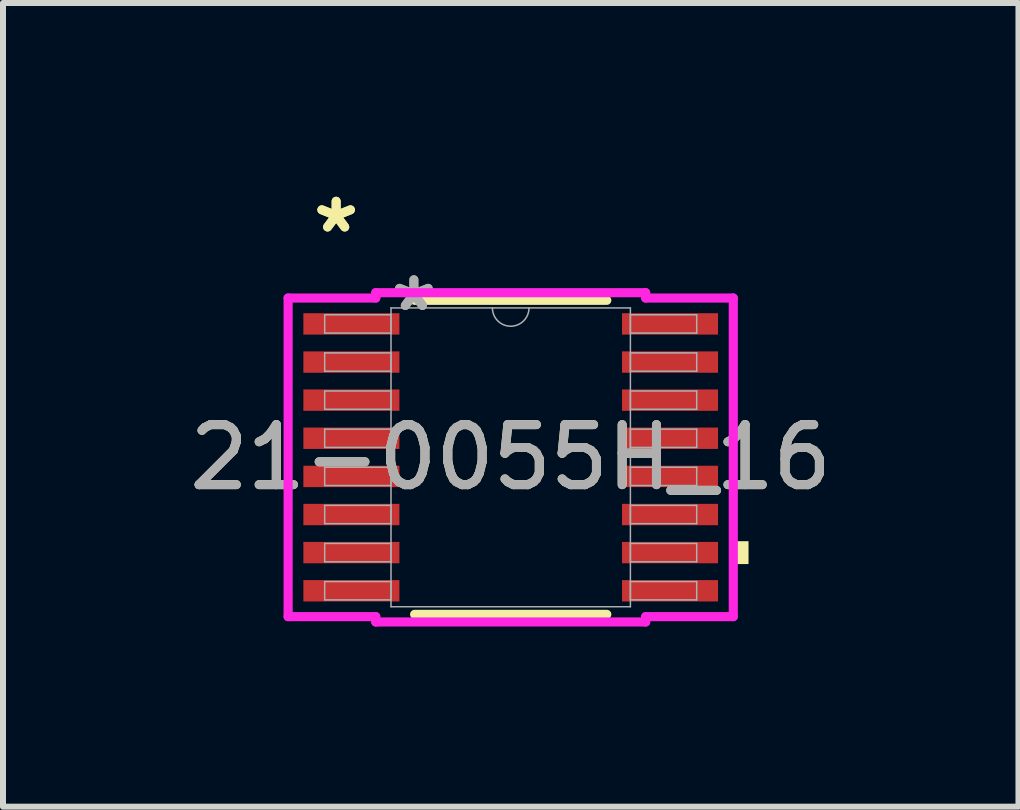
<source format=kicad_pcb>
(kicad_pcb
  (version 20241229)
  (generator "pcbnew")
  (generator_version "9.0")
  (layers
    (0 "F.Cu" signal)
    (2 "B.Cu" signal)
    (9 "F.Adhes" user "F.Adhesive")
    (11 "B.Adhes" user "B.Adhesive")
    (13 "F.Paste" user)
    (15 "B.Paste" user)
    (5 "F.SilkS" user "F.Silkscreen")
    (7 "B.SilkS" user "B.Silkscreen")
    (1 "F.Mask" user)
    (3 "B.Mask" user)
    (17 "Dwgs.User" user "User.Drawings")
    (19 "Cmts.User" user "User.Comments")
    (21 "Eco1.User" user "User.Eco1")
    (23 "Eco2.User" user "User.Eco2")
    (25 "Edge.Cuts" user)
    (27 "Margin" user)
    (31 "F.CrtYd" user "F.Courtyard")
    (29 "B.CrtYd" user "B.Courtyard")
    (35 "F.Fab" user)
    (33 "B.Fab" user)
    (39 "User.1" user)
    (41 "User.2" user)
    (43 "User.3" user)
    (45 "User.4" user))
  (footprint "21-0055H_16"
    (layer "F.Cu")
    (at 5.458 4.569)
    (property "Reference" "21-0055H_16" (at 0 0 0) (unlocked yes) (layer "F.SilkS") (effects (font (size 1 1) (thickness 0.15))))
    (attr smd)
    (fp_line (start -1.601 2.616) (end 1.601 2.616) (stroke (width 0.152) (type solid)) (layer "F.SilkS"))
    (fp_line (start 1.601 -2.616) (end -1.601 -2.616) (stroke (width 0.152) (type solid)) (layer "F.SilkS"))
    (fp_poly (pts (xy 3.962 1.397) (xy 3.962 1.778) (xy 3.708 1.778) (xy 3.708 1.397)) (stroke (width 0) (type solid)) (fill yes) (layer "F.SilkS"))
    (fp_line (start -3.708 -2.654) (end -2.248 -2.654) (stroke (width 0.152) (type solid)) (layer "F.CrtYd"))
    (fp_line (start -3.708 2.654) (end -3.708 -2.654) (stroke (width 0.152) (type solid)) (layer "F.CrtYd"))
    (fp_line (start -3.708 2.654) (end -2.248 2.654) (stroke (width 0.152) (type solid)) (layer "F.CrtYd"))
    (fp_line (start -2.248 -2.743) (end 2.248 -2.743) (stroke (width 0.152) (type solid)) (layer "F.CrtYd"))
    (fp_line (start -2.248 -2.654) (end -2.248 -2.743) (stroke (width 0.152) (type solid)) (layer "F.CrtYd"))
    (fp_line (start -2.248 2.743) (end -2.248 2.654) (stroke (width 0.152) (type solid)) (layer "F.CrtYd"))
    (fp_line (start 2.248 -2.743) (end 2.248 -2.654) (stroke (width 0.152) (type solid)) (layer "F.CrtYd"))
    (fp_line (start 2.248 2.654) (end 2.248 2.743) (stroke (width 0.152) (type solid)) (layer "F.CrtYd"))
    (fp_line (start 2.248 2.743) (end -2.248 2.743) (stroke (width 0.152) (type solid)) (layer "F.CrtYd"))
    (fp_line (start 3.708 -2.654) (end 2.248 -2.654) (stroke (width 0.152) (type solid)) (layer "F.CrtYd"))
    (fp_line (start 3.708 -2.654) (end 3.708 2.654) (stroke (width 0.152) (type solid)) (layer "F.CrtYd"))
    (fp_line (start 3.708 2.654) (end 2.248 2.654) (stroke (width 0.152) (type solid)) (layer "F.CrtYd"))
    (fp_line (start -3.099 -2.375) (end -3.099 -2.07) (stroke (width 0.025) (type solid)) (layer "F.Fab"))
    (fp_line (start -3.099 -2.07) (end -1.994 -2.07) (stroke (width 0.025) (type solid)) (layer "F.Fab"))
    (fp_line (start -3.099 -1.74) (end -3.099 -1.435) (stroke (width 0.025) (type solid)) (layer "F.Fab"))
    (fp_line (start -3.099 -1.435) (end -1.994 -1.435) (stroke (width 0.025) (type solid)) (layer "F.Fab"))
    (fp_line (start -3.099 -1.105) (end -3.099 -0.8) (stroke (width 0.025) (type solid)) (layer "F.Fab"))
    (fp_line (start -3.099 -0.8) (end -1.994 -0.8) (stroke (width 0.025) (type solid)) (layer "F.Fab"))
    (fp_line (start -3.099 -0.47) (end -3.099 -0.165) (stroke (width 0.025) (type solid)) (layer "F.Fab"))
    (fp_line (start -3.099 -0.165) (end -1.994 -0.165) (stroke (width 0.025) (type solid)) (layer "F.Fab"))
    (fp_line (start -3.099 0.165) (end -3.099 0.47) (stroke (width 0.025) (type solid)) (layer "F.Fab"))
    (fp_line (start -3.099 0.47) (end -1.994 0.47) (stroke (width 0.025) (type solid)) (layer "F.Fab"))
    (fp_line (start -3.099 0.8) (end -3.099 1.105) (stroke (width 0.025) (type solid)) (layer "F.Fab"))
    (fp_line (start -3.099 1.105) (end -1.994 1.105) (stroke (width 0.025) (type solid)) (layer "F.Fab"))
    (fp_line (start -3.099 1.435) (end -3.099 1.74) (stroke (width 0.025) (type solid)) (layer "F.Fab"))
    (fp_line (start -3.099 1.74) (end -1.994 1.74) (stroke (width 0.025) (type solid)) (layer "F.Fab"))
    (fp_line (start -3.099 2.07) (end -3.099 2.375) (stroke (width 0.025) (type solid)) (layer "F.Fab"))
    (fp_line (start -3.099 2.375) (end -1.994 2.375) (stroke (width 0.025) (type solid)) (layer "F.Fab"))
    (fp_line (start -1.994 -2.489) (end -1.994 2.489) (stroke (width 0.025) (type solid)) (layer "F.Fab"))
    (fp_line (start -1.994 -2.375) (end -3.099 -2.375) (stroke (width 0.025) (type solid)) (layer "F.Fab"))
    (fp_line (start -1.994 -2.07) (end -1.994 -2.375) (stroke (width 0.025) (type solid)) (layer "F.Fab"))
    (fp_line (start -1.994 -1.74) (end -3.099 -1.74) (stroke (width 0.025) (type solid)) (layer "F.Fab"))
    (fp_line (start -1.994 -1.435) (end -1.994 -1.74) (stroke (width 0.025) (type solid)) (layer "F.Fab"))
    (fp_line (start -1.994 -1.105) (end -3.099 -1.105) (stroke (width 0.025) (type solid)) (layer "F.Fab"))
    (fp_line (start -1.994 -0.8) (end -1.994 -1.105) (stroke (width 0.025) (type solid)) (layer "F.Fab"))
    (fp_line (start -1.994 -0.47) (end -3.099 -0.47) (stroke (width 0.025) (type solid)) (layer "F.Fab"))
    (fp_line (start -1.994 -0.165) (end -1.994 -0.47) (stroke (width 0.025) (type solid)) (layer "F.Fab"))
    (fp_line (start -1.994 0.165) (end -3.099 0.165) (stroke (width 0.025) (type solid)) (layer "F.Fab"))
    (fp_line (start -1.994 0.47) (end -1.994 0.165) (stroke (width 0.025) (type solid)) (layer "F.Fab"))
    (fp_line (start -1.994 0.8) (end -3.099 0.8) (stroke (width 0.025) (type solid)) (layer "F.Fab"))
    (fp_line (start -1.994 1.105) (end -1.994 0.8) (stroke (width 0.025) (type solid)) (layer "F.Fab"))
    (fp_line (start -1.994 1.435) (end -3.099 1.435) (stroke (width 0.025) (type solid)) (layer "F.Fab"))
    (fp_line (start -1.994 1.74) (end -1.994 1.435) (stroke (width 0.025) (type solid)) (layer "F.Fab"))
    (fp_line (start -1.994 2.07) (end -3.099 2.07) (stroke (width 0.025) (type solid)) (layer "F.Fab"))
    (fp_line (start -1.994 2.375) (end -1.994 2.07) (stroke (width 0.025) (type solid)) (layer "F.Fab"))
    (fp_line (start -1.994 2.489) (end 1.994 2.489) (stroke (width 0.025) (type solid)) (layer "F.Fab"))
    (fp_line (start 1.994 -2.489) (end -1.994 -2.489) (stroke (width 0.025) (type solid)) (layer "F.Fab"))
    (fp_line (start 1.994 -2.375) (end 1.994 -2.07) (stroke (width 0.025) (type solid)) (layer "F.Fab"))
    (fp_line (start 1.994 -2.07) (end 3.099 -2.07) (stroke (width 0.025) (type solid)) (layer "F.Fab"))
    (fp_line (start 1.994 -1.74) (end 1.994 -1.435) (stroke (width 0.025) (type solid)) (layer "F.Fab"))
    (fp_line (start 1.994 -1.435) (end 3.099 -1.435) (stroke (width 0.025) (type solid)) (layer "F.Fab"))
    (fp_line (start 1.994 -1.105) (end 1.994 -0.8) (stroke (width 0.025) (type solid)) (layer "F.Fab"))
    (fp_line (start 1.994 -0.8) (end 3.099 -0.8) (stroke (width 0.025) (type solid)) (layer "F.Fab"))
    (fp_line (start 1.994 -0.47) (end 1.994 -0.165) (stroke (width 0.025) (type solid)) (layer "F.Fab"))
    (fp_line (start 1.994 -0.165) (end 3.099 -0.165) (stroke (width 0.025) (type solid)) (layer "F.Fab"))
    (fp_line (start 1.994 0.165) (end 1.994 0.47) (stroke (width 0.025) (type solid)) (layer "F.Fab"))
    (fp_line (start 1.994 0.47) (end 3.099 0.47) (stroke (width 0.025) (type solid)) (layer "F.Fab"))
    (fp_line (start 1.994 0.8) (end 1.994 1.105) (stroke (width 0.025) (type solid)) (layer "F.Fab"))
    (fp_line (start 1.994 1.105) (end 3.099 1.105) (stroke (width 0.025) (type solid)) (layer "F.Fab"))
    (fp_line (start 1.994 1.435) (end 1.994 1.74) (stroke (width 0.025) (type solid)) (layer "F.Fab"))
    (fp_line (start 1.994 1.74) (end 3.099 1.74) (stroke (width 0.025) (type solid)) (layer "F.Fab"))
    (fp_line (start 1.994 2.07) (end 1.994 2.375) (stroke (width 0.025) (type solid)) (layer "F.Fab"))
    (fp_line (start 1.994 2.375) (end 3.099 2.375) (stroke (width 0.025) (type solid)) (layer "F.Fab"))
    (fp_line (start 1.994 2.489) (end 1.994 -2.489) (stroke (width 0.025) (type solid)) (layer "F.Fab"))
    (fp_line (start 3.099 -2.375) (end 1.994 -2.375) (stroke (width 0.025) (type solid)) (layer "F.Fab"))
    (fp_line (start 3.099 -2.07) (end 3.099 -2.375) (stroke (width 0.025) (type solid)) (layer "F.Fab"))
    (fp_line (start 3.099 -1.74) (end 1.994 -1.74) (stroke (width 0.025) (type solid)) (layer "F.Fab"))
    (fp_line (start 3.099 -1.435) (end 3.099 -1.74) (stroke (width 0.025) (type solid)) (layer "F.Fab"))
    (fp_line (start 3.099 -1.105) (end 1.994 -1.105) (stroke (width 0.025) (type solid)) (layer "F.Fab"))
    (fp_line (start 3.099 -0.8) (end 3.099 -1.105) (stroke (width 0.025) (type solid)) (layer "F.Fab"))
    (fp_line (start 3.099 -0.47) (end 1.994 -0.47) (stroke (width 0.025) (type solid)) (layer "F.Fab"))
    (fp_line (start 3.099 -0.165) (end 3.099 -0.47) (stroke (width 0.025) (type solid)) (layer "F.Fab"))
    (fp_line (start 3.099 0.165) (end 1.994 0.165) (stroke (width 0.025) (type solid)) (layer "F.Fab"))
    (fp_line (start 3.099 0.47) (end 3.099 0.165) (stroke (width 0.025) (type solid)) (layer "F.Fab"))
    (fp_line (start 3.099 0.8) (end 1.994 0.8) (stroke (width 0.025) (type solid)) (layer "F.Fab"))
    (fp_line (start 3.099 1.105) (end 3.099 0.8) (stroke (width 0.025) (type solid)) (layer "F.Fab"))
    (fp_line (start 3.099 1.435) (end 1.994 1.435) (stroke (width 0.025) (type solid)) (layer "F.Fab"))
    (fp_line (start 3.099 1.74) (end 3.099 1.435) (stroke (width 0.025) (type solid)) (layer "F.Fab"))
    (fp_line (start 3.099 2.07) (end 1.994 2.07) (stroke (width 0.025) (type solid)) (layer "F.Fab"))
    (fp_line (start 3.099 2.375) (end 3.099 2.07) (stroke (width 0.025) (type solid)) (layer "F.Fab"))
    (fp_arc (start 0.3048 -2.4892) (mid 0 -2.1844) (end -0.3048 -2.4892) (stroke (width 0.0254) (type solid)) (layer "F.Fab"))
    (fp_text user "*" (at -2.908 -3.721 0) (unlocked yes) (layer "F.SilkS") (effects (font (size 1 1) (thickness 0.15))))
    (fp_text user "*" (at -2.908 -3.721 0) (layer "F.SilkS") (effects (font (size 1 1) (thickness 0.15))))
    (fp_text user "*" (at -1.613 -2.413 0) (layer "F.Fab") (effects (font (size 1 1) (thickness 0.15))))
    (fp_text user "${REFERENCE}" (at 0 0 0) (unlocked yes) (layer "F.Fab") (effects (font (size 1 1) (thickness 0.15))))
    (fp_text user "*" (at -1.613 -2.413 0) (unlocked yes) (layer "F.Fab") (effects (font (size 1 1) (thickness 0.15))))
    (pad "1" smd rect (at -2.654 -2.223) (size 1.6 0.356) (layers "F.Cu" "F.Mask" "F.Paste"))
    (pad "2" smd rect (at -2.654 -1.587) (size 1.6 0.356) (layers "F.Cu" "F.Mask" "F.Paste"))
    (pad "3" smd rect (at -2.654 -0.953) (size 1.6 0.356) (layers "F.Cu" "F.Mask" "F.Paste"))
    (pad "4" smd rect (at -2.654 -0.318) (size 1.6 0.356) (layers "F.Cu" "F.Mask" "F.Paste"))
    (pad "5" smd rect (at -2.654 0.318) (size 1.6 0.356) (layers "F.Cu" "F.Mask" "F.Paste"))
    (pad "6" smd rect (at -2.654 0.953) (size 1.6 0.356) (layers "F.Cu" "F.Mask" "F.Paste"))
    (pad "7" smd rect (at -2.654 1.587) (size 1.6 0.356) (layers "F.Cu" "F.Mask" "F.Paste"))
    (pad "8" smd rect (at -2.654 2.223) (size 1.6 0.356) (layers "F.Cu" "F.Mask" "F.Paste"))
    (pad "9" smd rect (at 2.654 2.223) (size 1.6 0.356) (layers "F.Cu" "F.Mask" "F.Paste"))
    (pad "10" smd rect (at 2.654 1.587) (size 1.6 0.356) (layers "F.Cu" "F.Mask" "F.Paste"))
    (pad "11" smd rect (at 2.654 0.953) (size 1.6 0.356) (layers "F.Cu" "F.Mask" "F.Paste"))
    (pad "12" smd rect (at 2.654 0.318) (size 1.6 0.356) (layers "F.Cu" "F.Mask" "F.Paste"))
    (pad "13" smd rect (at 2.654 -0.318) (size 1.6 0.356) (layers "F.Cu" "F.Mask" "F.Paste"))
    (pad "14" smd rect (at 2.654 -0.953) (size 1.6 0.356) (layers "F.Cu" "F.Mask" "F.Paste"))
    (pad "15" smd rect (at 2.654 -1.587) (size 1.6 0.356) (layers "F.Cu" "F.Mask" "F.Paste"))
    (pad "16" smd rect (at 2.654 -2.223) (size 1.6 0.356) (layers "F.Cu" "F.Mask" "F.Paste")))
  (gr_rect
    (start -3 -3)
    (end 13.917 10.389)
    (stroke (width 0.1) (type default))
    (fill no)
    (layer "Edge.Cuts")))
</source>
